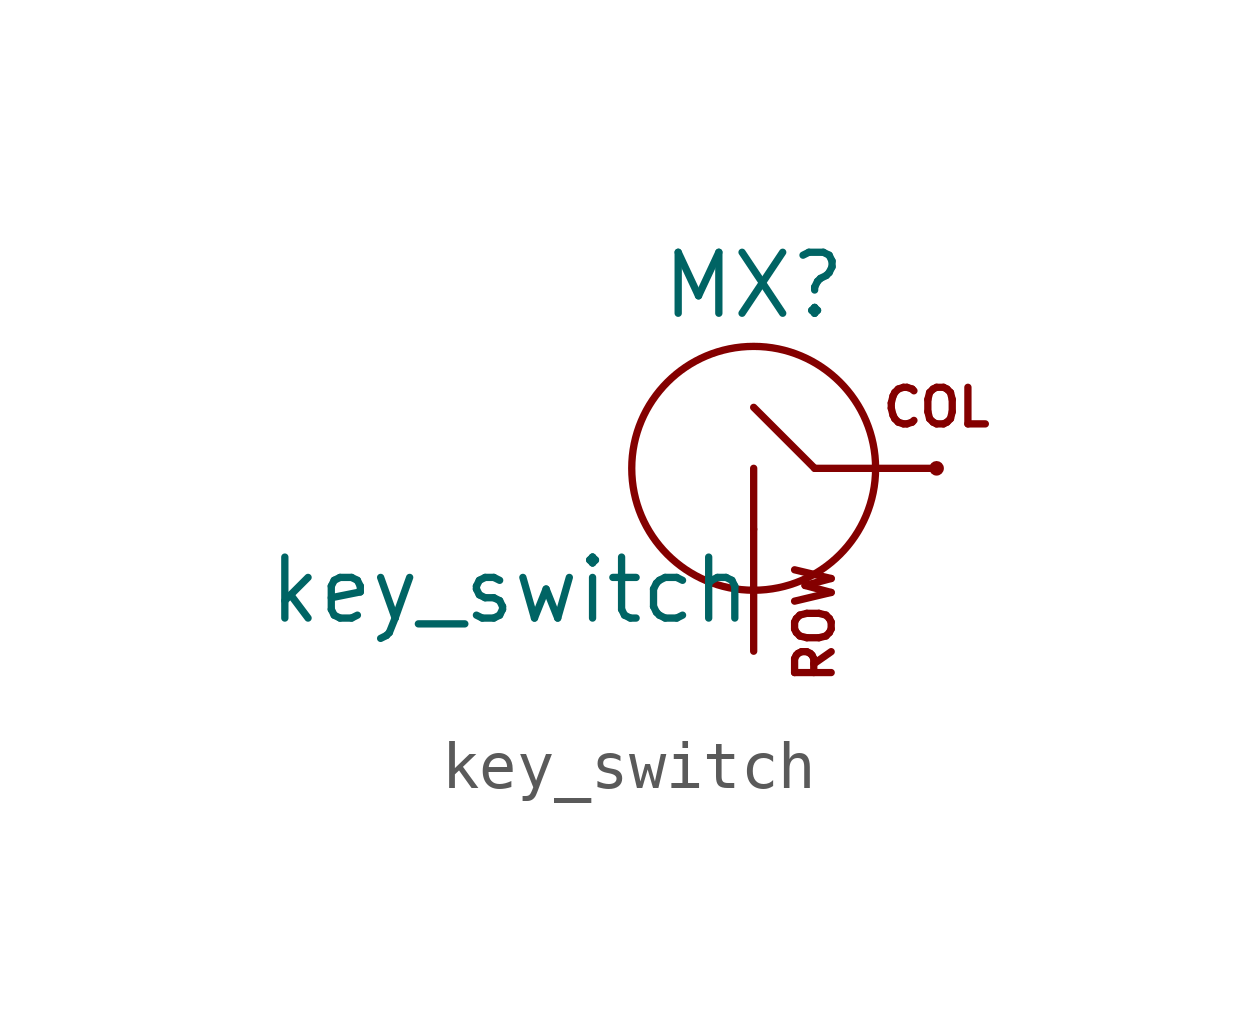
<source format=kicad_sym>
(kicad_symbol_lib
  (version 20211014)
  (generator kicad_symbol_editor)
  (symbol "key_switch"
    (property "Reference" "MX"
      (at 0 3.81 0)
      (effects (font (size 1.27 1.27))))
    (property "Value" "key_switch"
      (at -5.08 -2.54 0)
      (effects (font (size 1.27 1.27))))
    (symbol "key_switch_0_0"
      (text "COL" (at 3.81 1.27 0) (effects (font (size 0.762 0.762))))
      (text "ROW" (at 1.27 -1.905 900) (effects (font (size 0.762 0.762)) (justify right))))
    (symbol "key_switch_0_1"
      (polyline (pts (xy 0 -1.27) (xy 0 0)) (stroke (width 0) (type default) (color 0 0 0 0)) (fill (type none)))
      (polyline (pts (xy 1.27 0) (xy 0 1.27)) (stroke (width 0) (type default) (color 0 0 0 0)) (fill (type none)))
      (circle (center 0 0) (radius 2.54) (stroke (width 0) (type default) (color 0 0 0 0)) (fill (type none)))
      (circle (center 3.81 0) (radius 0.0001) (stroke (width 0) (type default) (color 0 0 0 0)) (fill (type none))))
    (symbol "key_switch_1_1"
      (pin passive line (at 3.81 0 180) (length 2.54) (name "Passive" (effects (font (size 0 0)))) (number "1" (effects (font (size 0 0)))))
      (pin passive line (at 0 -3.81 90) (length 2.54) (name "ROW" (effects (font (size 0 0)))) (number "2" (effects (font (size 0 0))))))))
</source>
